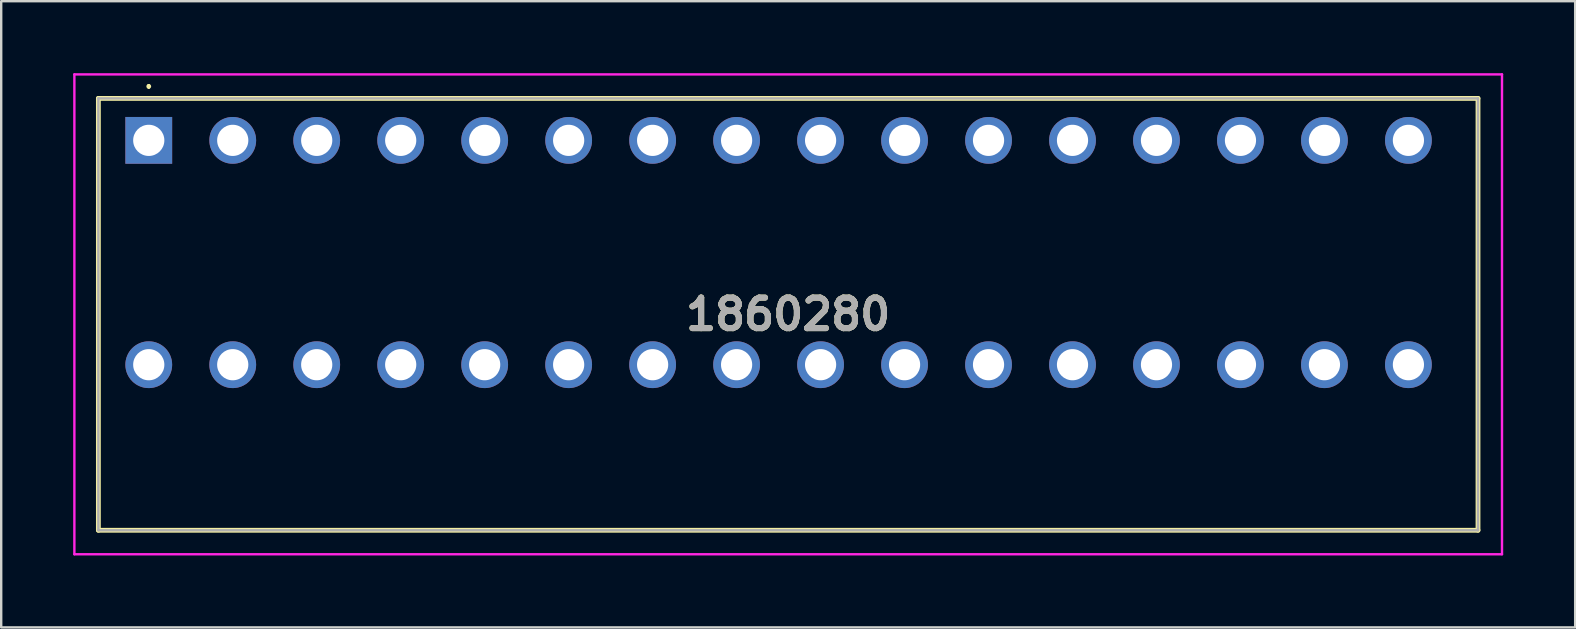
<source format=kicad_pcb>
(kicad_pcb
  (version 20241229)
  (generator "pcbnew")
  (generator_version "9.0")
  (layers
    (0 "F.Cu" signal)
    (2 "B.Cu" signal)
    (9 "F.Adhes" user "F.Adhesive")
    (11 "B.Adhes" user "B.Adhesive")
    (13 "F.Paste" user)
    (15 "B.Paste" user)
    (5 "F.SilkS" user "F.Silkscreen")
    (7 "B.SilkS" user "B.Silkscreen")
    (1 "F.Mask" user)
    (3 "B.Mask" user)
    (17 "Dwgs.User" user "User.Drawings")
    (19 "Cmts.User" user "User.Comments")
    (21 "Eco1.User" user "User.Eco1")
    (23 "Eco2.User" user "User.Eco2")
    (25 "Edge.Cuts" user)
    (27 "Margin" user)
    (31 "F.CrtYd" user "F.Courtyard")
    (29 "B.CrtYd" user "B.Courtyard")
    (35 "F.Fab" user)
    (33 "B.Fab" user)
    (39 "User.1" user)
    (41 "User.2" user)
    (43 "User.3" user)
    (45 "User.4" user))
  (footprint "1860280"
    (layer "F.Cu")
    (at 3.15 2.8)
    (property "Reference" "1860280" (at 26.65 7.25 0) (layer "F.SilkS") (effects (font (size 1.27 1.27) (thickness 0.254))))
    (attr through_hole)
    (fp_line (start -2.1 -1.75) (end 55.4 -1.75) (stroke (width 0.2) (type solid)) (layer "F.SilkS"))
    (fp_line (start -2.1 16.25) (end -2.1 -1.75) (stroke (width 0.2) (type solid)) (layer "F.SilkS"))
    (fp_line (start 0 -2.3) (end 0 -2.3) (stroke (width 0.1) (type solid)) (layer "F.SilkS"))
    (fp_line (start 0 -2.2) (end 0 -2.2) (stroke (width 0.1) (type solid)) (layer "F.SilkS"))
    (fp_line (start 55.4 -1.75) (end 55.4 16.25) (stroke (width 0.2) (type solid)) (layer "F.SilkS"))
    (fp_line (start 55.4 16.25) (end -2.1 16.25) (stroke (width 0.2) (type solid)) (layer "F.SilkS"))
    (fp_arc (start 0 -2.3) (mid 0.05 -2.25) (end 0 -2.2) (stroke (width 0.1) (type solid)) (layer "F.SilkS"))
    (fp_arc (start 0 -2.2) (mid -0.05 -2.25) (end 0 -2.3) (stroke (width 0.1) (type solid)) (layer "F.SilkS"))
    (fp_line (start -3.1 -2.75) (end 56.4 -2.75) (stroke (width 0.1) (type solid)) (layer "F.CrtYd"))
    (fp_line (start -3.1 17.25) (end -3.1 -2.75) (stroke (width 0.1) (type solid)) (layer "F.CrtYd"))
    (fp_line (start 56.4 -2.75) (end 56.4 17.25) (stroke (width 0.1) (type solid)) (layer "F.CrtYd"))
    (fp_line (start 56.4 17.25) (end -3.1 17.25) (stroke (width 0.1) (type solid)) (layer "F.CrtYd"))
    (fp_line (start -2.1 -1.75) (end -2.1 16.25) (stroke (width 0.1) (type solid)) (layer "F.Fab"))
    (fp_line (start -2.1 16.25) (end 55.4 16.25) (stroke (width 0.1) (type solid)) (layer "F.Fab"))
    (fp_line (start 55.4 -1.75) (end -2.1 -1.75) (stroke (width 0.1) (type solid)) (layer "F.Fab"))
    (fp_line (start 55.4 16.25) (end 55.4 -1.75) (stroke (width 0.1) (type solid)) (layer "F.Fab"))
    (fp_text user "${REFERENCE}" (at 26.65 7.25 0) (layer "F.Fab") (effects (font (size 1.27 1.27) (thickness 0.254))))
    (pad "1" thru_hole rect (at 0 0) (size 1.95 1.95) (drill 1.3) (layers "*.Cu" "*.Mask"))
    (pad "2" thru_hole circle (at 0 9.35) (size 1.95 1.95) (drill 1.3) (layers "*.Cu" "*.Mask"))
    (pad "3" thru_hole circle (at 3.5 0) (size 1.95 1.95) (drill 1.3) (layers "*.Cu" "*.Mask"))
    (pad "4" thru_hole circle (at 3.5 9.35) (size 1.95 1.95) (drill 1.3) (layers "*.Cu" "*.Mask"))
    (pad "5" thru_hole circle (at 7 0) (size 1.95 1.95) (drill 1.3) (layers "*.Cu" "*.Mask"))
    (pad "6" thru_hole circle (at 7 9.35) (size 1.95 1.95) (drill 1.3) (layers "*.Cu" "*.Mask"))
    (pad "7" thru_hole circle (at 10.5 0) (size 1.95 1.95) (drill 1.3) (layers "*.Cu" "*.Mask"))
    (pad "8" thru_hole circle (at 10.5 9.35) (size 1.95 1.95) (drill 1.3) (layers "*.Cu" "*.Mask"))
    (pad "9" thru_hole circle (at 14 0) (size 1.95 1.95) (drill 1.3) (layers "*.Cu" "*.Mask"))
    (pad "10" thru_hole circle (at 14 9.35) (size 1.95 1.95) (drill 1.3) (layers "*.Cu" "*.Mask"))
    (pad "11" thru_hole circle (at 17.5 0) (size 1.95 1.95) (drill 1.3) (layers "*.Cu" "*.Mask"))
    (pad "12" thru_hole circle (at 17.5 9.35) (size 1.95 1.95) (drill 1.3) (layers "*.Cu" "*.Mask"))
    (pad "13" thru_hole circle (at 21 0) (size 1.95 1.95) (drill 1.3) (layers "*.Cu" "*.Mask"))
    (pad "14" thru_hole circle (at 21 9.35) (size 1.95 1.95) (drill 1.3) (layers "*.Cu" "*.Mask"))
    (pad "15" thru_hole circle (at 24.5 0) (size 1.95 1.95) (drill 1.3) (layers "*.Cu" "*.Mask"))
    (pad "16" thru_hole circle (at 24.5 9.35) (size 1.95 1.95) (drill 1.3) (layers "*.Cu" "*.Mask"))
    (pad "17" thru_hole circle (at 28 0) (size 1.95 1.95) (drill 1.3) (layers "*.Cu" "*.Mask"))
    (pad "18" thru_hole circle (at 28 9.35) (size 1.95 1.95) (drill 1.3) (layers "*.Cu" "*.Mask"))
    (pad "19" thru_hole circle (at 31.5 0) (size 1.95 1.95) (drill 1.3) (layers "*.Cu" "*.Mask"))
    (pad "20" thru_hole circle (at 31.5 9.35) (size 1.95 1.95) (drill 1.3) (layers "*.Cu" "*.Mask"))
    (pad "21" thru_hole circle (at 35 0) (size 1.95 1.95) (drill 1.3) (layers "*.Cu" "*.Mask"))
    (pad "22" thru_hole circle (at 35 9.35) (size 1.95 1.95) (drill 1.3) (layers "*.Cu" "*.Mask"))
    (pad "23" thru_hole circle (at 38.5 0) (size 1.95 1.95) (drill 1.3) (layers "*.Cu" "*.Mask"))
    (pad "24" thru_hole circle (at 38.5 9.35) (size 1.95 1.95) (drill 1.3) (layers "*.Cu" "*.Mask"))
    (pad "25" thru_hole circle (at 42 0) (size 1.95 1.95) (drill 1.3) (layers "*.Cu" "*.Mask"))
    (pad "26" thru_hole circle (at 42 9.35) (size 1.95 1.95) (drill 1.3) (layers "*.Cu" "*.Mask"))
    (pad "27" thru_hole circle (at 45.5 0) (size 1.95 1.95) (drill 1.3) (layers "*.Cu" "*.Mask"))
    (pad "28" thru_hole circle (at 45.5 9.35) (size 1.95 1.95) (drill 1.3) (layers "*.Cu" "*.Mask"))
    (pad "29" thru_hole circle (at 49 0) (size 1.95 1.95) (drill 1.3) (layers "*.Cu" "*.Mask"))
    (pad "30" thru_hole circle (at 49 9.35) (size 1.95 1.95) (drill 1.3) (layers "*.Cu" "*.Mask"))
    (pad "31" thru_hole circle (at 52.5 0) (size 1.95 1.95) (drill 1.3) (layers "*.Cu" "*.Mask"))
    (pad "32" thru_hole circle (at 52.5 9.35) (size 1.95 1.95) (drill 1.3) (layers "*.Cu" "*.Mask")))
  (gr_rect
    (start -3 -3)
    (end 62.6 23.1)
    (stroke (width 0.1) (type default))
    (fill no)
    (layer "Edge.Cuts")))
</source>
